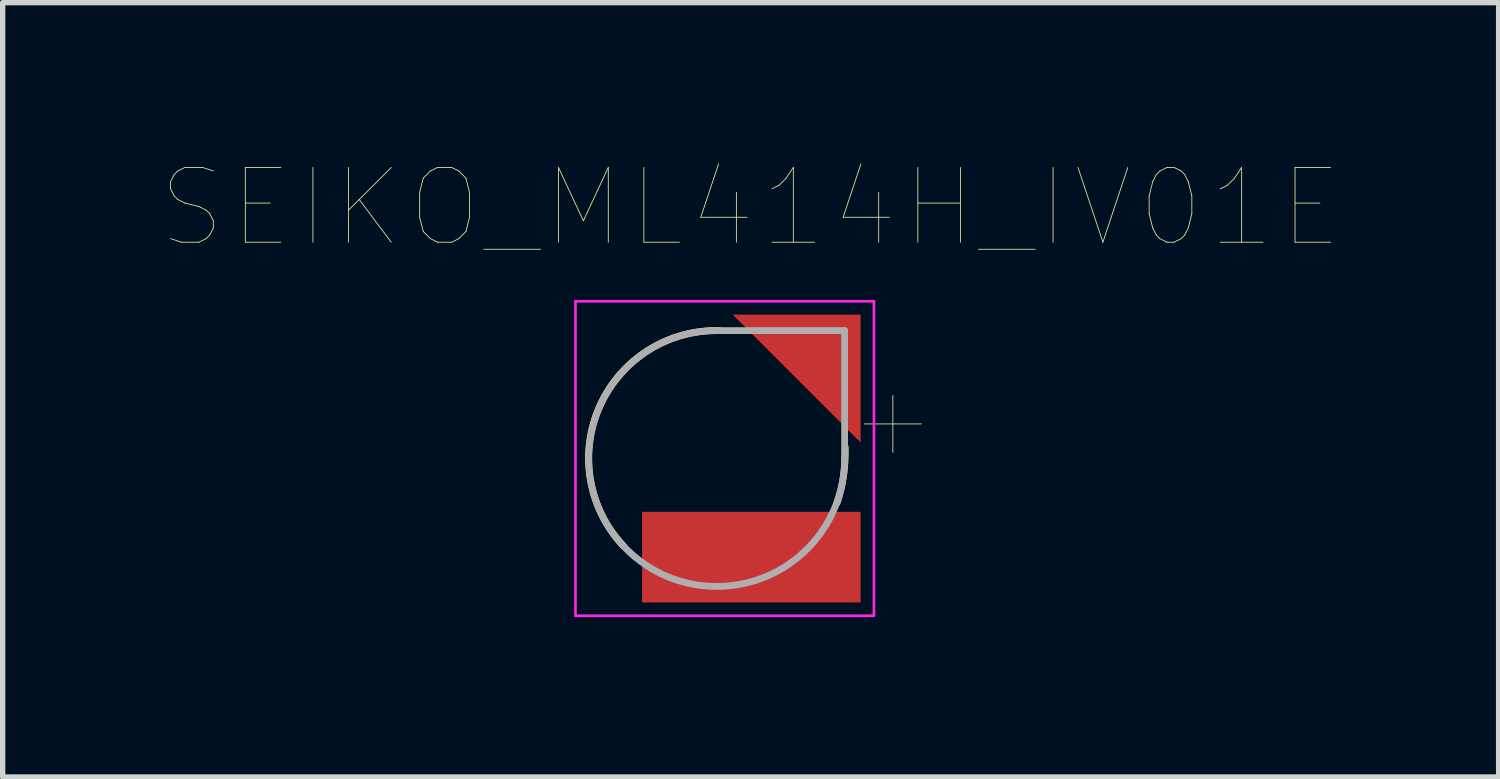
<source format=kicad_pcb>
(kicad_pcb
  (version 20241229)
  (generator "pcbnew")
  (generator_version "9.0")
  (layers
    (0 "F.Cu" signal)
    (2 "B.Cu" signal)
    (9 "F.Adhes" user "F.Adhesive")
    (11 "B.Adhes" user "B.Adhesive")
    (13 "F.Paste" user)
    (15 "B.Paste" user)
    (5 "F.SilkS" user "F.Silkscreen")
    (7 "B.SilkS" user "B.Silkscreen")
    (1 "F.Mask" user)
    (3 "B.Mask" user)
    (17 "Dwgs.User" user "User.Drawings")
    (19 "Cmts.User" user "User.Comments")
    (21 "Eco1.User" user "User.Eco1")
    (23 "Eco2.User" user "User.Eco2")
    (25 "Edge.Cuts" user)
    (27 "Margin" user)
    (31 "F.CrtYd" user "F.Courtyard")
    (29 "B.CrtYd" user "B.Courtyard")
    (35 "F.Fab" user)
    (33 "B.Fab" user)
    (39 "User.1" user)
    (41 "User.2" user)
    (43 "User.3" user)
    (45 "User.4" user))
  (footprint "SEIKO_ML414H_IV01E"
    (layer "F.Cu")
    (at 10.397 5.553)
    (property "Reference" "SEIKO_ML414H_IV01E" (at 0.636 -4.707 0) (layer "F.SilkS") (effects (font (size 1.402 1.402) (thickness 0.015))))
    (attr through_hole)
    (fp_poly (pts (xy 0.3 -2.7) (xy 2.7 -2.7) (xy 2.7 -0.3)) (stroke (width 0.0001) (type solid)) (fill yes) (layer "F.Cu"))
    (fp_poly (pts (xy 0 -2.8) (xy 2.8 -2.8) (xy 2.8 0)) (stroke (width 0.0001) (type solid)) (fill yes) (layer "F.Mask"))
    (fp_arc (start -1.75 1.639999) (mid -2.19472 -0.984702) (end 0.06 -2.4) (stroke (width 0.127) (type solid)) (layer "F.SilkS"))
    (fp_arc (start 2.41 -0.217) (mid 2.3808 0.313062) (end 2.26 0.83) (stroke (width 0.127) (type solid)) (layer "F.SilkS"))
    (fp_poly (pts (xy 0.3 -2.7) (xy 2.7 -2.7) (xy 2.7 -0.3)) (stroke (width 0.0001) (type solid)) (fill yes) (layer "F.Paste"))
    (fp_line (start -2.65 -2.95) (end 2.95 -2.95) (stroke (width 0.05) (type solid)) (layer "F.CrtYd"))
    (fp_line (start -2.65 2.95) (end -2.65 -2.95) (stroke (width 0.05) (type solid)) (layer "F.CrtYd"))
    (fp_line (start 2.95 -2.95) (end 2.95 2.95) (stroke (width 0.05) (type solid)) (layer "F.CrtYd"))
    (fp_line (start 2.95 2.95) (end -2.65 2.95) (stroke (width 0.05) (type solid)) (layer "F.CrtYd"))
    (fp_line (start 0 -2.4) (end 2.4 -2.4) (stroke (width 0.127) (type solid)) (layer "F.Fab"))
    (fp_line (start 2.4 -2.4) (end 2.4 0) (stroke (width 0.127) (type solid)) (layer "F.Fab"))
    (fp_arc (start 2.4 0) (mid -1.697056 1.697056) (end 0 -2.4) (stroke (width 0.127) (type solid)) (layer "F.Fab"))
    (fp_text user "+" (at 3.305 -0.763 0) (layer "F.SilkS") (effects (font (size 1.401 1.401) (thickness 0.015))))
    (pad "1" smd rect (at 2.1 -2.1) (size 1 1) (layers "F.Cu"))
    (pad "2" smd rect (at 0.65 1.85) (size 4.1 1.7) (layers "F.Cu" "F.Mask" "F.Paste")))
  (gr_rect
    (start -3 -3)
    (end 25.067 11.528)
    (stroke (width 0.1) (type default))
    (fill no)
    (layer "Edge.Cuts")))
</source>
